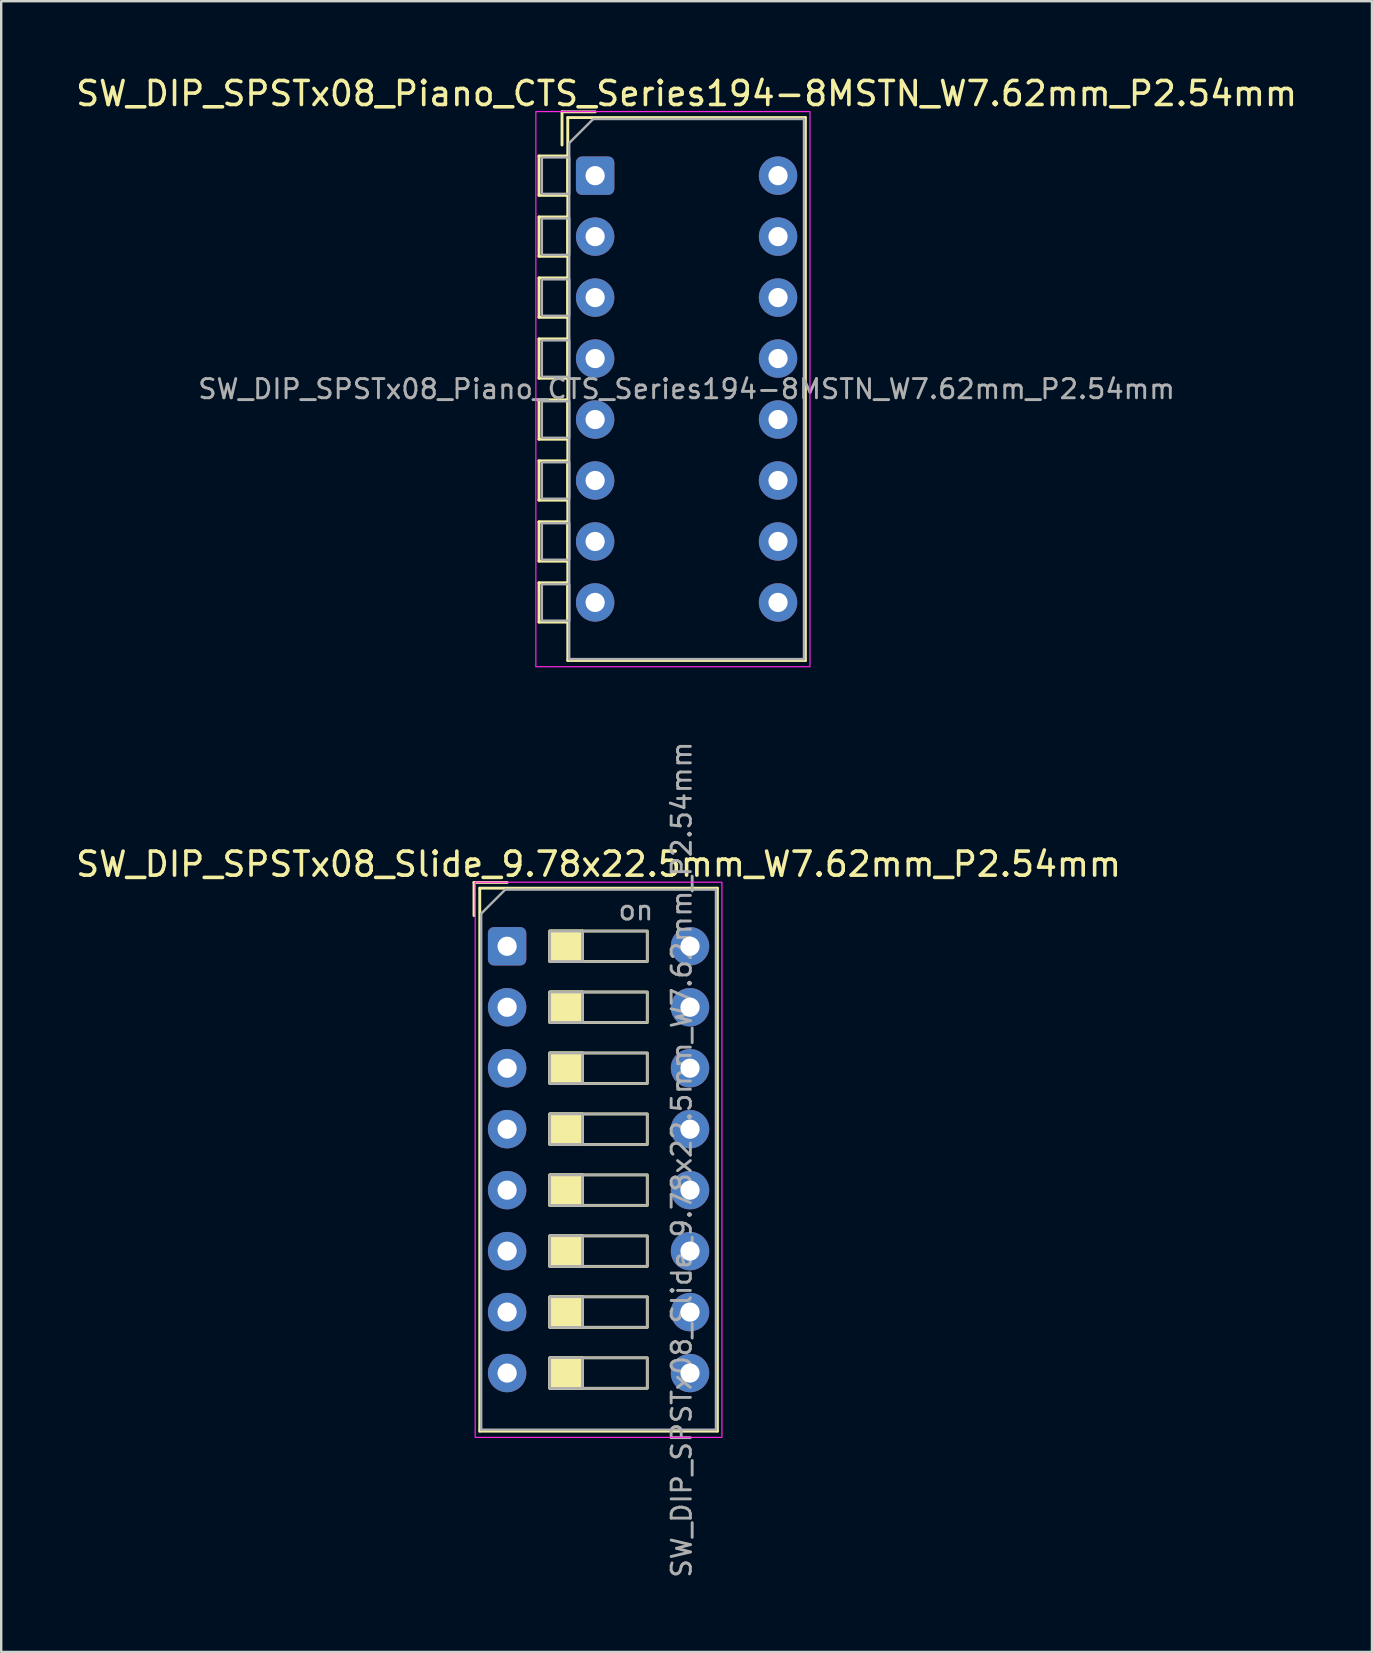
<source format=kicad_pcb>
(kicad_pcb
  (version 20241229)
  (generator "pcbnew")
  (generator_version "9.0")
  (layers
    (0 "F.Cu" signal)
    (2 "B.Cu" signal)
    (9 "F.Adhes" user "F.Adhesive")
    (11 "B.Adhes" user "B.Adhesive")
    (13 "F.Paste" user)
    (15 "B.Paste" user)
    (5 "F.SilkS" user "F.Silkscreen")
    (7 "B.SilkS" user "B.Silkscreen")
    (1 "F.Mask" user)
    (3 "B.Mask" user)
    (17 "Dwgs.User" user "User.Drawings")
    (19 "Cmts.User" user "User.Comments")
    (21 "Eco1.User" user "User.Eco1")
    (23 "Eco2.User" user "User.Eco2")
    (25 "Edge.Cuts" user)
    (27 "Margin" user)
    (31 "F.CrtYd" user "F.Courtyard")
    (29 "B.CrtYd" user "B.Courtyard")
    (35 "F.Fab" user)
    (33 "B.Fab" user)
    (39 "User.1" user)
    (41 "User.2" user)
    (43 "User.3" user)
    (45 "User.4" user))
  (footprint "SW_DIP_SPSTx08_Slide_9.78x22.5mm_W7.62mm_P2.54mm"
    (layer "F.Cu")
    (at 18.077 36.373)
    (property "Reference" "SW_DIP_SPSTx08_Slide_9.78x22.5mm_W7.62mm_P2.54mm" (at 3.81 -3.42 0) (layer "F.SilkS") (effects (font (size 1 1) (thickness 0.15))))
    (attr through_hole)
    (fp_line (start -1.38 -2.66) (end -1.38 -1.277) (stroke (width 0.12) (type solid)) (layer "F.SilkS"))
    (fp_line (start -1.38 -2.66) (end 0.003 -2.66) (stroke (width 0.12) (type solid)) (layer "F.SilkS"))
    (fp_line (start -1.14 -2.42) (end -1.14 20.2) (stroke (width 0.12) (type solid)) (layer "F.SilkS"))
    (fp_line (start -1.14 -2.42) (end 8.76 -2.42) (stroke (width 0.12) (type solid)) (layer "F.SilkS"))
    (fp_line (start -1.14 20.2) (end 8.76 20.2) (stroke (width 0.12) (type solid)) (layer "F.SilkS"))
    (fp_line (start 3.133 -0.635) (end 3.133 0.635) (stroke (width 0.12) (type solid)) (layer "F.SilkS"))
    (fp_line (start 3.133 1.905) (end 3.133 3.175) (stroke (width 0.12) (type solid)) (layer "F.SilkS"))
    (fp_line (start 3.133 4.445) (end 3.133 5.715) (stroke (width 0.12) (type solid)) (layer "F.SilkS"))
    (fp_line (start 3.133 6.985) (end 3.133 8.255) (stroke (width 0.12) (type solid)) (layer "F.SilkS"))
    (fp_line (start 3.133 9.525) (end 3.133 10.795) (stroke (width 0.12) (type solid)) (layer "F.SilkS"))
    (fp_line (start 3.133 12.065) (end 3.133 13.335) (stroke (width 0.12) (type solid)) (layer "F.SilkS"))
    (fp_line (start 3.133 14.605) (end 3.133 15.875) (stroke (width 0.12) (type solid)) (layer "F.SilkS"))
    (fp_line (start 3.133 17.145) (end 3.133 18.415) (stroke (width 0.12) (type solid)) (layer "F.SilkS"))
    (fp_line (start 8.76 -2.42) (end 8.76 20.2) (stroke (width 0.12) (type solid)) (layer "F.SilkS"))
    (fp_rect (start 1.78 -0.635) (end 3.133 0.635) (stroke (width 0.12) (type solid)) (fill yes) (layer "F.SilkS"))
    (fp_rect (start 1.78 -0.635) (end 5.84 0.635) (stroke (width 0.12) (type solid)) (fill no) (layer "F.SilkS"))
    (fp_rect (start 1.78 1.905) (end 3.133 3.175) (stroke (width 0.12) (type solid)) (fill yes) (layer "F.SilkS"))
    (fp_rect (start 1.78 1.905) (end 5.84 3.175) (stroke (width 0.12) (type solid)) (fill no) (layer "F.SilkS"))
    (fp_rect (start 1.78 4.445) (end 3.133 5.715) (stroke (width 0.12) (type solid)) (fill yes) (layer "F.SilkS"))
    (fp_rect (start 1.78 4.445) (end 5.84 5.715) (stroke (width 0.12) (type solid)) (fill no) (layer "F.SilkS"))
    (fp_rect (start 1.78 6.985) (end 3.133 8.255) (stroke (width 0.12) (type solid)) (fill yes) (layer "F.SilkS"))
    (fp_rect (start 1.78 6.985) (end 5.84 8.255) (stroke (width 0.12) (type solid)) (fill no) (layer "F.SilkS"))
    (fp_rect (start 1.78 9.525) (end 3.133 10.795) (stroke (width 0.12) (type solid)) (fill yes) (layer "F.SilkS"))
    (fp_rect (start 1.78 9.525) (end 5.84 10.795) (stroke (width 0.12) (type solid)) (fill no) (layer "F.SilkS"))
    (fp_rect (start 1.78 12.065) (end 3.133 13.335) (stroke (width 0.12) (type solid)) (fill yes) (layer "F.SilkS"))
    (fp_rect (start 1.78 12.065) (end 5.84 13.335) (stroke (width 0.12) (type solid)) (fill no) (layer "F.SilkS"))
    (fp_rect (start 1.78 14.605) (end 3.133 15.875) (stroke (width 0.12) (type solid)) (fill yes) (layer "F.SilkS"))
    (fp_rect (start 1.78 14.605) (end 5.84 15.875) (stroke (width 0.12) (type solid)) (fill no) (layer "F.SilkS"))
    (fp_rect (start 1.78 17.145) (end 3.133 18.415) (stroke (width 0.12) (type solid)) (fill yes) (layer "F.SilkS"))
    (fp_rect (start 1.78 17.145) (end 5.84 18.415) (stroke (width 0.12) (type solid)) (fill no) (layer "F.SilkS"))
    (fp_rect (start -1.33 -2.67) (end 8.95 20.46) (stroke (width 0.05) (type solid)) (fill no) (layer "F.CrtYd"))
    (fp_line (start -1.08 -1.36) (end -0.08 -2.36) (stroke (width 0.1) (type solid)) (layer "F.Fab"))
    (fp_line (start -1.08 20.14) (end -1.08 -1.36) (stroke (width 0.1) (type solid)) (layer "F.Fab"))
    (fp_line (start -0.08 -2.36) (end 8.7 -2.36) (stroke (width 0.1) (type solid)) (layer "F.Fab"))
    (fp_line (start 3.133 -0.635) (end 3.133 0.635) (stroke (width 0.1) (type solid)) (layer "F.Fab"))
    (fp_line (start 3.133 1.905) (end 3.133 3.175) (stroke (width 0.1) (type solid)) (layer "F.Fab"))
    (fp_line (start 3.133 4.445) (end 3.133 5.715) (stroke (width 0.1) (type solid)) (layer "F.Fab"))
    (fp_line (start 3.133 6.985) (end 3.133 8.255) (stroke (width 0.1) (type solid)) (layer "F.Fab"))
    (fp_line (start 3.133 9.525) (end 3.133 10.795) (stroke (width 0.1) (type solid)) (layer "F.Fab"))
    (fp_line (start 3.133 12.065) (end 3.133 13.335) (stroke (width 0.1) (type solid)) (layer "F.Fab"))
    (fp_line (start 3.133 14.605) (end 3.133 15.875) (stroke (width 0.1) (type solid)) (layer "F.Fab"))
    (fp_line (start 3.133 17.145) (end 3.133 18.415) (stroke (width 0.1) (type solid)) (layer "F.Fab"))
    (fp_line (start 8.7 -2.36) (end 8.7 20.14) (stroke (width 0.1) (type solid)) (layer "F.Fab"))
    (fp_line (start 8.7 20.14) (end -1.08 20.14) (stroke (width 0.1) (type solid)) (layer "F.Fab"))
    (fp_rect (start 1.78 -0.635) (end 3.133 0.635) (stroke (width 0.1) (type solid)) (fill no) (layer "F.Fab"))
    (fp_rect (start 1.78 -0.635) (end 5.84 0.635) (stroke (width 0.1) (type solid)) (fill no) (layer "F.Fab"))
    (fp_rect (start 1.78 1.905) (end 3.133 3.175) (stroke (width 0.1) (type solid)) (fill no) (layer "F.Fab"))
    (fp_rect (start 1.78 1.905) (end 5.84 3.175) (stroke (width 0.1) (type solid)) (fill no) (layer "F.Fab"))
    (fp_rect (start 1.78 4.445) (end 3.133 5.715) (stroke (width 0.1) (type solid)) (fill no) (layer "F.Fab"))
    (fp_rect (start 1.78 4.445) (end 5.84 5.715) (stroke (width 0.1) (type solid)) (fill no) (layer "F.Fab"))
    (fp_rect (start 1.78 6.985) (end 3.133 8.255) (stroke (width 0.1) (type solid)) (fill no) (layer "F.Fab"))
    (fp_rect (start 1.78 6.985) (end 5.84 8.255) (stroke (width 0.1) (type solid)) (fill no) (layer "F.Fab"))
    (fp_rect (start 1.78 9.525) (end 3.133 10.795) (stroke (width 0.1) (type solid)) (fill no) (layer "F.Fab"))
    (fp_rect (start 1.78 9.525) (end 5.84 10.795) (stroke (width 0.1) (type solid)) (fill no) (layer "F.Fab"))
    (fp_rect (start 1.78 12.065) (end 3.133 13.335) (stroke (width 0.1) (type solid)) (fill no) (layer "F.Fab"))
    (fp_rect (start 1.78 12.065) (end 5.84 13.335) (stroke (width 0.1) (type solid)) (fill no) (layer "F.Fab"))
    (fp_rect (start 1.78 14.605) (end 3.133 15.875) (stroke (width 0.1) (type solid)) (fill no) (layer "F.Fab"))
    (fp_rect (start 1.78 14.605) (end 5.84 15.875) (stroke (width 0.1) (type solid)) (fill no) (layer "F.Fab"))
    (fp_rect (start 1.78 17.145) (end 3.133 18.415) (stroke (width 0.1) (type solid)) (fill no) (layer "F.Fab"))
    (fp_rect (start 1.78 17.145) (end 5.84 18.415) (stroke (width 0.1) (type solid)) (fill no) (layer "F.Fab"))
    (fp_text user "on" (at 5.365 -1.498 0) (layer "F.Fab") (effects (font (size 0.8 0.8) (thickness 0.12))))
    (fp_text user "${REFERENCE}" (at 7.27 8.89 90) (layer "F.Fab") (effects (font (size 0.8 0.8) (thickness 0.12))))
    (pad "1" thru_hole roundrect (at 0 0) (size 1.6 1.6) (drill 0.8) (layers "*.Cu" "*.Mask") (roundrect_rratio 0.156))
    (pad "2" thru_hole circle (at 0 2.54) (size 1.6 1.6) (drill 0.8) (layers "*.Cu" "*.Mask"))
    (pad "3" thru_hole circle (at 0 5.08) (size 1.6 1.6) (drill 0.8) (layers "*.Cu" "*.Mask"))
    (pad "4" thru_hole circle (at 0 7.62) (size 1.6 1.6) (drill 0.8) (layers "*.Cu" "*.Mask"))
    (pad "5" thru_hole circle (at 0 10.16) (size 1.6 1.6) (drill 0.8) (layers "*.Cu" "*.Mask"))
    (pad "6" thru_hole circle (at 0 12.7) (size 1.6 1.6) (drill 0.8) (layers "*.Cu" "*.Mask"))
    (pad "7" thru_hole circle (at 0 15.24) (size 1.6 1.6) (drill 0.8) (layers "*.Cu" "*.Mask"))
    (pad "8" thru_hole circle (at 0 17.78) (size 1.6 1.6) (drill 0.8) (layers "*.Cu" "*.Mask"))
    (pad "9" thru_hole circle (at 7.62 17.78) (size 1.6 1.6) (drill 0.8) (layers "*.Cu" "*.Mask"))
    (pad "10" thru_hole circle (at 7.62 15.24) (size 1.6 1.6) (drill 0.8) (layers "*.Cu" "*.Mask"))
    (pad "11" thru_hole circle (at 7.62 12.7) (size 1.6 1.6) (drill 0.8) (layers "*.Cu" "*.Mask"))
    (pad "12" thru_hole circle (at 7.62 10.16) (size 1.6 1.6) (drill 0.8) (layers "*.Cu" "*.Mask"))
    (pad "13" thru_hole circle (at 7.62 7.62) (size 1.6 1.6) (drill 0.8) (layers "*.Cu" "*.Mask"))
    (pad "14" thru_hole circle (at 7.62 5.08) (size 1.6 1.6) (drill 0.8) (layers "*.Cu" "*.Mask"))
    (pad "15" thru_hole circle (at 7.62 2.54) (size 1.6 1.6) (drill 0.8) (layers "*.Cu" "*.Mask"))
    (pad "16" thru_hole circle (at 7.62 0) (size 1.6 1.6) (drill 0.8) (layers "*.Cu" "*.Mask")))
  (footprint "SW_DIP_SPSTx08_Piano_CTS_Series194-8MSTN_W7.62mm_P2.54mm"
    (layer "F.Cu")
    (at 21.744 4.268)
    (property "Reference" "SW_DIP_SPSTx08_Piano_CTS_Series194-8MSTN_W7.62mm_P2.54mm" (at 3.81 -3.42 0) (layer "F.SilkS") (effects (font (size 1 1) (thickness 0.15))))
    (attr through_hole)
    (fp_line (start -2.34 -0.82) (end -1.14 -0.82) (stroke (width 0.12) (type solid)) (layer "F.SilkS"))
    (fp_line (start -2.34 0.82) (end -2.34 -0.82) (stroke (width 0.12) (type solid)) (layer "F.SilkS"))
    (fp_line (start -2.34 1.72) (end -1.14 1.72) (stroke (width 0.12) (type solid)) (layer "F.SilkS"))
    (fp_line (start -2.34 3.36) (end -2.34 1.72) (stroke (width 0.12) (type solid)) (layer "F.SilkS"))
    (fp_line (start -2.34 4.26) (end -1.14 4.26) (stroke (width 0.12) (type solid)) (layer "F.SilkS"))
    (fp_line (start -2.34 5.9) (end -2.34 4.26) (stroke (width 0.12) (type solid)) (layer "F.SilkS"))
    (fp_line (start -2.34 6.8) (end -1.14 6.8) (stroke (width 0.12) (type solid)) (layer "F.SilkS"))
    (fp_line (start -2.34 8.44) (end -2.34 6.8) (stroke (width 0.12) (type solid)) (layer "F.SilkS"))
    (fp_line (start -2.34 9.34) (end -1.14 9.34) (stroke (width 0.12) (type solid)) (layer "F.SilkS"))
    (fp_line (start -2.34 10.98) (end -2.34 9.34) (stroke (width 0.12) (type solid)) (layer "F.SilkS"))
    (fp_line (start -2.34 11.88) (end -1.14 11.88) (stroke (width 0.12) (type solid)) (layer "F.SilkS"))
    (fp_line (start -2.34 13.52) (end -2.34 11.88) (stroke (width 0.12) (type solid)) (layer "F.SilkS"))
    (fp_line (start -2.34 14.42) (end -1.14 14.42) (stroke (width 0.12) (type solid)) (layer "F.SilkS"))
    (fp_line (start -2.34 16.06) (end -2.34 14.42) (stroke (width 0.12) (type solid)) (layer "F.SilkS"))
    (fp_line (start -2.34 16.96) (end -1.14 16.96) (stroke (width 0.12) (type solid)) (layer "F.SilkS"))
    (fp_line (start -2.34 18.6) (end -2.34 16.96) (stroke (width 0.12) (type solid)) (layer "F.SilkS"))
    (fp_line (start -1.38 -2.66) (end -1.38 -1.277) (stroke (width 0.12) (type solid)) (layer "F.SilkS"))
    (fp_line (start -1.38 -2.66) (end 0.003 -2.66) (stroke (width 0.12) (type solid)) (layer "F.SilkS"))
    (fp_line (start -1.14 -2.42) (end -1.14 20.2) (stroke (width 0.12) (type solid)) (layer "F.SilkS"))
    (fp_line (start -1.14 -2.42) (end 8.76 -2.42) (stroke (width 0.12) (type solid)) (layer "F.SilkS"))
    (fp_line (start -1.14 -0.82) (end -1.14 0.82) (stroke (width 0.12) (type solid)) (layer "F.SilkS"))
    (fp_line (start -1.14 0.82) (end -2.34 0.82) (stroke (width 0.12) (type solid)) (layer "F.SilkS"))
    (fp_line (start -1.14 1.72) (end -1.14 3.36) (stroke (width 0.12) (type solid)) (layer "F.SilkS"))
    (fp_line (start -1.14 3.36) (end -2.34 3.36) (stroke (width 0.12) (type solid)) (layer "F.SilkS"))
    (fp_line (start -1.14 4.26) (end -1.14 5.9) (stroke (width 0.12) (type solid)) (layer "F.SilkS"))
    (fp_line (start -1.14 5.9) (end -2.34 5.9) (stroke (width 0.12) (type solid)) (layer "F.SilkS"))
    (fp_line (start -1.14 6.8) (end -1.14 8.44) (stroke (width 0.12) (type solid)) (layer "F.SilkS"))
    (fp_line (start -1.14 8.44) (end -2.34 8.44) (stroke (width 0.12) (type solid)) (layer "F.SilkS"))
    (fp_line (start -1.14 9.34) (end -1.14 10.98) (stroke (width 0.12) (type solid)) (layer "F.SilkS"))
    (fp_line (start -1.14 10.98) (end -2.34 10.98) (stroke (width 0.12) (type solid)) (layer "F.SilkS"))
    (fp_line (start -1.14 11.88) (end -1.14 13.52) (stroke (width 0.12) (type solid)) (layer "F.SilkS"))
    (fp_line (start -1.14 13.52) (end -2.34 13.52) (stroke (width 0.12) (type solid)) (layer "F.SilkS"))
    (fp_line (start -1.14 14.42) (end -1.14 16.06) (stroke (width 0.12) (type solid)) (layer "F.SilkS"))
    (fp_line (start -1.14 16.06) (end -2.34 16.06) (stroke (width 0.12) (type solid)) (layer "F.SilkS"))
    (fp_line (start -1.14 16.96) (end -1.14 18.6) (stroke (width 0.12) (type solid)) (layer "F.SilkS"))
    (fp_line (start -1.14 18.6) (end -2.34 18.6) (stroke (width 0.12) (type solid)) (layer "F.SilkS"))
    (fp_line (start -1.14 20.2) (end 8.76 20.2) (stroke (width 0.12) (type solid)) (layer "F.SilkS"))
    (fp_line (start 8.76 -2.42) (end 8.76 20.2) (stroke (width 0.12) (type solid)) (layer "F.SilkS"))
    (fp_rect (start -2.47 -2.67) (end 8.95 20.46) (stroke (width 0.05) (type solid)) (fill no) (layer "F.CrtYd"))
    (fp_line (start -1.08 -1.36) (end -0.08 -2.36) (stroke (width 0.1) (type solid)) (layer "F.Fab"))
    (fp_line (start -1.08 20.14) (end -1.08 -1.36) (stroke (width 0.1) (type solid)) (layer "F.Fab"))
    (fp_line (start -0.08 -2.36) (end 8.7 -2.36) (stroke (width 0.1) (type solid)) (layer "F.Fab"))
    (fp_line (start 8.7 -2.36) (end 8.7 20.14) (stroke (width 0.1) (type solid)) (layer "F.Fab"))
    (fp_line (start 8.7 20.14) (end -1.08 20.14) (stroke (width 0.1) (type solid)) (layer "F.Fab"))
    (fp_rect (start -2.22 -0.76) (end -1.08 0.76) (stroke (width 0.1) (type solid)) (fill no) (layer "F.Fab"))
    (fp_rect (start -2.22 1.78) (end -1.08 3.3) (stroke (width 0.1) (type solid)) (fill no) (layer "F.Fab"))
    (fp_rect (start -2.22 4.32) (end -1.08 5.84) (stroke (width 0.1) (type solid)) (fill no) (layer "F.Fab"))
    (fp_rect (start -2.22 6.86) (end -1.08 8.38) (stroke (width 0.1) (type solid)) (fill no) (layer "F.Fab"))
    (fp_rect (start -2.22 9.4) (end -1.08 10.92) (stroke (width 0.1) (type solid)) (fill no) (layer "F.Fab"))
    (fp_rect (start -2.22 11.94) (end -1.08 13.46) (stroke (width 0.1) (type solid)) (fill no) (layer "F.Fab"))
    (fp_rect (start -2.22 14.48) (end -1.08 16) (stroke (width 0.1) (type solid)) (fill no) (layer "F.Fab"))
    (fp_rect (start -2.22 17.02) (end -1.08 18.54) (stroke (width 0.1) (type solid)) (fill no) (layer "F.Fab"))
    (fp_text user "${REFERENCE}" (at 3.81 8.89 0) (layer "F.Fab") (effects (font (size 0.8 0.8) (thickness 0.12))))
    (pad "1" thru_hole roundrect (at 0 0) (size 1.6 1.6) (drill 0.8) (layers "*.Cu" "*.Mask") (roundrect_rratio 0.156))
    (pad "2" thru_hole circle (at 0 2.54) (size 1.6 1.6) (drill 0.8) (layers "*.Cu" "*.Mask"))
    (pad "3" thru_hole circle (at 0 5.08) (size 1.6 1.6) (drill 0.8) (layers "*.Cu" "*.Mask"))
    (pad "4" thru_hole circle (at 0 7.62) (size 1.6 1.6) (drill 0.8) (layers "*.Cu" "*.Mask"))
    (pad "5" thru_hole circle (at 0 10.16) (size 1.6 1.6) (drill 0.8) (layers "*.Cu" "*.Mask"))
    (pad "6" thru_hole circle (at 0 12.7) (size 1.6 1.6) (drill 0.8) (layers "*.Cu" "*.Mask"))
    (pad "7" thru_hole circle (at 0 15.24) (size 1.6 1.6) (drill 0.8) (layers "*.Cu" "*.Mask"))
    (pad "8" thru_hole circle (at 0 17.78) (size 1.6 1.6) (drill 0.8) (layers "*.Cu" "*.Mask"))
    (pad "9" thru_hole circle (at 7.62 17.78) (size 1.6 1.6) (drill 0.8) (layers "*.Cu" "*.Mask"))
    (pad "10" thru_hole circle (at 7.62 15.24) (size 1.6 1.6) (drill 0.8) (layers "*.Cu" "*.Mask"))
    (pad "11" thru_hole circle (at 7.62 12.7) (size 1.6 1.6) (drill 0.8) (layers "*.Cu" "*.Mask"))
    (pad "12" thru_hole circle (at 7.62 10.16) (size 1.6 1.6) (drill 0.8) (layers "*.Cu" "*.Mask"))
    (pad "13" thru_hole circle (at 7.62 7.62) (size 1.6 1.6) (drill 0.8) (layers "*.Cu" "*.Mask"))
    (pad "14" thru_hole circle (at 7.62 5.08) (size 1.6 1.6) (drill 0.8) (layers "*.Cu" "*.Mask"))
    (pad "15" thru_hole circle (at 7.62 2.54) (size 1.6 1.6) (drill 0.8) (layers "*.Cu" "*.Mask"))
    (pad "16" thru_hole circle (at 7.62 0) (size 1.6 1.6) (drill 0.8) (layers "*.Cu" "*.Mask")))
  (gr_rect
    (start -3 -3)
    (end 54.107 65.772)
    (stroke (width 0.1) (type default))
    (fill no)
    (layer "Edge.Cuts")))
</source>
